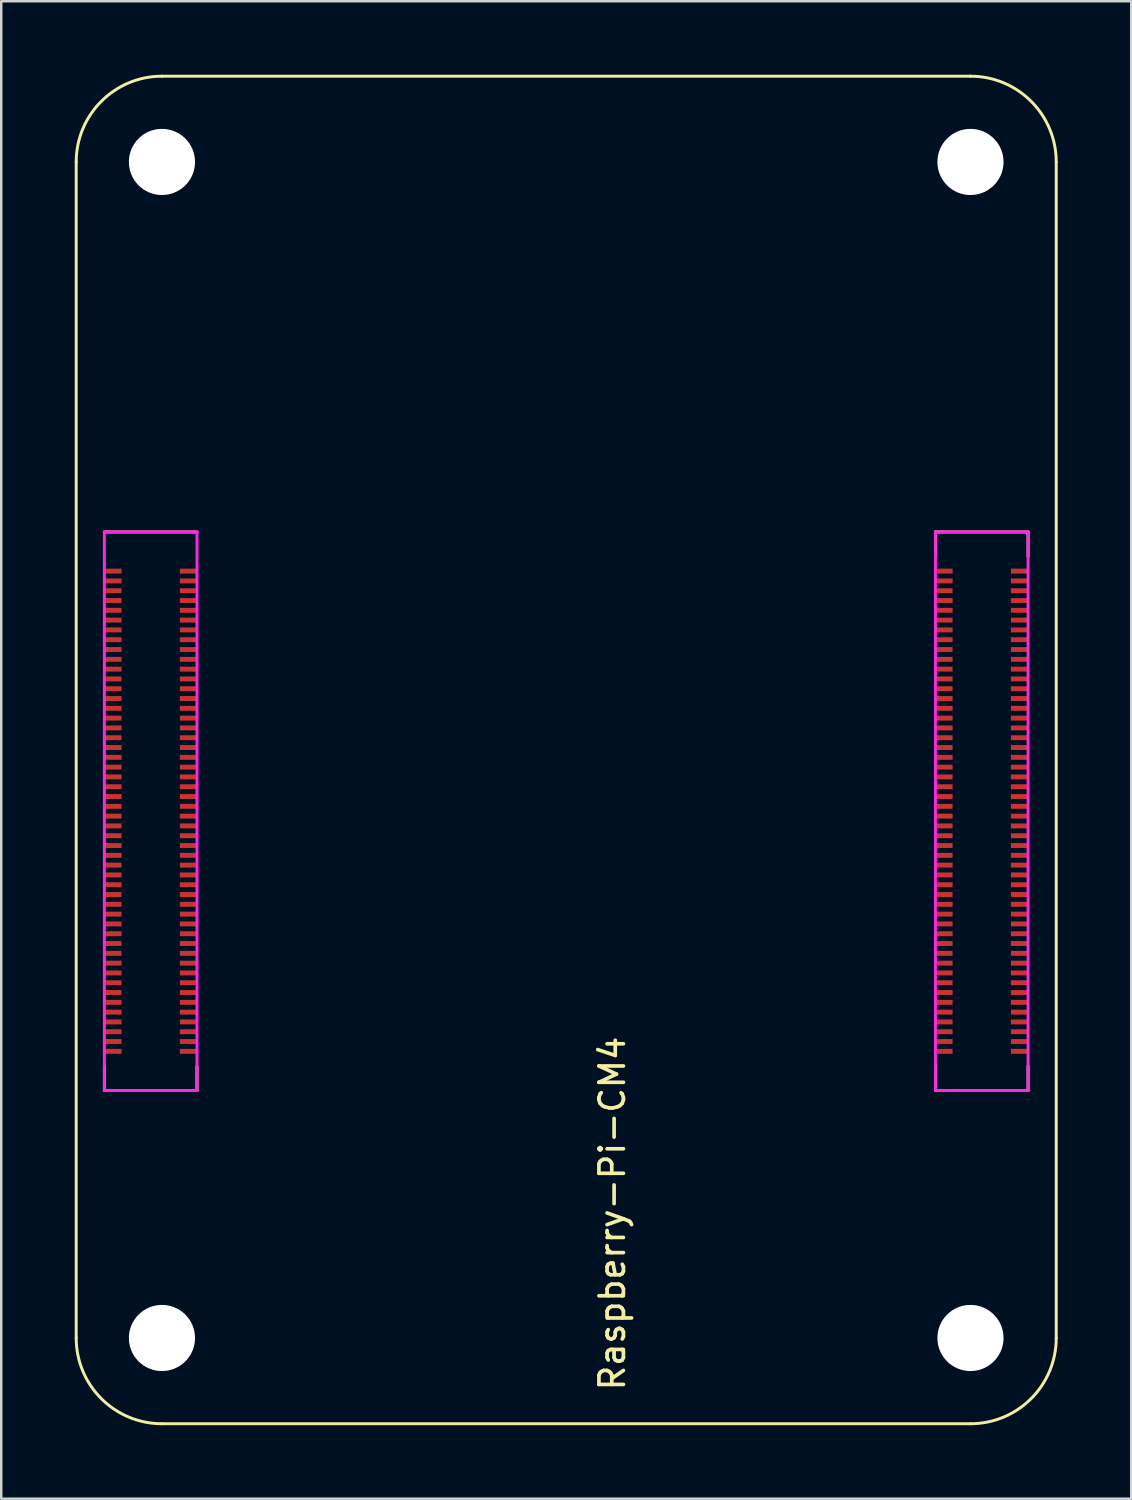
<source format=kicad_pcb>
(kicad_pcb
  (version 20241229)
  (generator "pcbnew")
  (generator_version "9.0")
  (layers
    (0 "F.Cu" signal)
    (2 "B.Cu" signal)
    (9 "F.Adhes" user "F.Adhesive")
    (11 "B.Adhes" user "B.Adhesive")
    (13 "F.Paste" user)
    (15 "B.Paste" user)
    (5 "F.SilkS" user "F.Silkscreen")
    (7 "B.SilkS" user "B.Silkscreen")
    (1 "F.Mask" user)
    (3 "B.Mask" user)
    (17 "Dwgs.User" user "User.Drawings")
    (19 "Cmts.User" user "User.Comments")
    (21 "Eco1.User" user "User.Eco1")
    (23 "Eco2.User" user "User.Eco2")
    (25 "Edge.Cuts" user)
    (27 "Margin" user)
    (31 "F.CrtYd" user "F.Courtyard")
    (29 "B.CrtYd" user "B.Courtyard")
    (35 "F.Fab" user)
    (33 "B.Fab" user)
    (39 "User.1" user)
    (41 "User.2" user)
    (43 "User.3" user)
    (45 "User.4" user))
  (footprint "Raspberry-Pi-CM4"
    (layer "F.Cu")
    (at 3.56 51.56)
    (property "Reference" "Raspberry-Pi-CM4" (at 18.38 -5.08 270) (layer "F.SilkS") (effects (font (size 1 1) (thickness 0.15))))
    (attr smd)
    (fp_line (start -3.5 -48) (end -3.5 0) (stroke (width 0.12) (type solid)) (layer "F.SilkS"))
    (fp_line (start -2.35 -32.9) (end 1.43 -32.9) (stroke (width 0.12) (type solid)) (layer "F.SilkS"))
    (fp_line (start -2.35 -10.1) (end -2.35 -11.1) (stroke (width 0.12) (type solid)) (layer "F.SilkS"))
    (fp_line (start -2.35 -10.1) (end 1.43 -10.1) (stroke (width 0.12) (type solid)) (layer "F.SilkS"))
    (fp_line (start 0 3.5) (end 33 3.5) (stroke (width 0.12) (type solid)) (layer "F.SilkS"))
    (fp_line (start 1.43 -10.1) (end 1.43 -11.1) (stroke (width 0.12) (type solid)) (layer "F.SilkS"))
    (fp_line (start 31.57 -32.9) (end 31.57 -31.9) (stroke (width 0.12) (type solid)) (layer "F.SilkS"))
    (fp_line (start 31.57 -32.9) (end 35.35 -32.9) (stroke (width 0.12) (type solid)) (layer "F.SilkS"))
    (fp_line (start 31.57 -10.1) (end 31.57 -11.1) (stroke (width 0.12) (type solid)) (layer "F.SilkS"))
    (fp_line (start 31.57 -10.1) (end 35.35 -10.1) (stroke (width 0.12) (type solid)) (layer "F.SilkS"))
    (fp_line (start 33 -51.5) (end 0 -51.5) (stroke (width 0.12) (type solid)) (layer "F.SilkS"))
    (fp_line (start 35.35 -32.9) (end 35.35 -31.9) (stroke (width 0.12) (type solid)) (layer "F.SilkS"))
    (fp_line (start 35.35 -10.1) (end 35.35 -11.1) (stroke (width 0.12) (type solid)) (layer "F.SilkS"))
    (fp_line (start 36.5 0) (end 36.5 -48) (stroke (width 0.12) (type solid)) (layer "F.SilkS"))
    (fp_arc (start -3.5 -48) (mid -2.474874 -50.474874) (end 0 -51.5) (stroke (width 0.12) (type solid)) (layer "F.SilkS"))
    (fp_arc (start 0 3.5) (mid -2.474874 2.474874) (end -3.5 0) (stroke (width 0.12) (type solid)) (layer "F.SilkS"))
    (fp_arc (start 33 -51.5) (mid 35.474874 -50.474874) (end 36.5 -48) (stroke (width 0.12) (type solid)) (layer "F.SilkS"))
    (fp_arc (start 36.5 0) (mid 35.474874 2.474874) (end 33 3.5) (stroke (width 0.12) (type solid)) (layer "F.SilkS"))
    (fp_line (start -2.35 -32.9) (end 1.43 -32.9) (stroke (width 0.12) (type solid)) (layer "F.CrtYd"))
    (fp_line (start -2.35 -10.1) (end -2.35 -32.9) (stroke (width 0.12) (type solid)) (layer "F.CrtYd"))
    (fp_line (start 1.43 -32.9) (end 1.43 -10.1) (stroke (width 0.12) (type solid)) (layer "F.CrtYd"))
    (fp_line (start 1.43 -10.1) (end -2.35 -10.1) (stroke (width 0.12) (type solid)) (layer "F.CrtYd"))
    (fp_line (start 31.57 -32.9) (end 35.35 -32.9) (stroke (width 0.12) (type solid)) (layer "F.CrtYd"))
    (fp_line (start 31.57 -10.1) (end 31.57 -32.9) (stroke (width 0.12) (type solid)) (layer "F.CrtYd"))
    (fp_line (start 35.35 -32.9) (end 35.35 -10.1) (stroke (width 0.12) (type solid)) (layer "F.CrtYd"))
    (fp_line (start 35.35 -10.1) (end 31.57 -10.1) (stroke (width 0.12) (type solid)) (layer "F.CrtYd"))
    (pad "" np_thru_hole circle (at 0 -48) (size 2.7 2.7) (drill 2.7) (layers "*.Cu" "*.Mask"))
    (pad "" np_thru_hole circle (at 0 0) (size 2.7 2.7) (drill 2.7) (layers "*.Cu" "*.Mask"))
    (pad "" np_thru_hole circle (at 33 -48) (size 2.7 2.7) (drill 2.7) (layers "*.Cu" "*.Mask"))
    (pad "" np_thru_hole circle (at 33 0) (size 2.7 2.7) (drill 2.7) (layers "*.Cu" "*.Mask"))
    (pad "1" smd rect (at -2 -31.3 270) (size 0.2 0.7) (layers "F.Cu" "F.Mask" "F.Paste"))
    (pad "2" smd rect (at 1.08 -31.3 270) (size 0.2 0.7) (layers "F.Cu" "F.Mask" "F.Paste"))
    (pad "3" smd rect (at -2 -30.9 270) (size 0.2 0.7) (layers "F.Cu" "F.Mask" "F.Paste"))
    (pad "4" smd rect (at 1.08 -30.9 270) (size 0.2 0.7) (layers "F.Cu" "F.Mask" "F.Paste"))
    (pad "5" smd rect (at -2 -30.5 270) (size 0.2 0.7) (layers "F.Cu" "F.Mask" "F.Paste"))
    (pad "6" smd rect (at 1.08 -30.5 270) (size 0.2 0.7) (layers "F.Cu" "F.Mask" "F.Paste"))
    (pad "7" smd rect (at -2 -30.1 270) (size 0.2 0.7) (layers "F.Cu" "F.Mask" "F.Paste"))
    (pad "8" smd rect (at 1.08 -30.1 270) (size 0.2 0.7) (layers "F.Cu" "F.Mask" "F.Paste"))
    (pad "9" smd rect (at -2 -29.7 270) (size 0.2 0.7) (layers "F.Cu" "F.Mask" "F.Paste"))
    (pad "10" smd rect (at 1.08 -29.7 270) (size 0.2 0.7) (layers "F.Cu" "F.Mask" "F.Paste"))
    (pad "11" smd rect (at -2 -29.3 270) (size 0.2 0.7) (layers "F.Cu" "F.Mask" "F.Paste"))
    (pad "12" smd rect (at 1.08 -29.3 270) (size 0.2 0.7) (layers "F.Cu" "F.Mask" "F.Paste"))
    (pad "13" smd rect (at -2 -28.9 270) (size 0.2 0.7) (layers "F.Cu" "F.Mask" "F.Paste"))
    (pad "14" smd rect (at 1.08 -28.9 270) (size 0.2 0.7) (layers "F.Cu" "F.Mask" "F.Paste"))
    (pad "15" smd rect (at -2 -28.5 270) (size 0.2 0.7) (layers "F.Cu" "F.Mask" "F.Paste"))
    (pad "16" smd rect (at 1.08 -28.5 270) (size 0.2 0.7) (layers "F.Cu" "F.Mask" "F.Paste"))
    (pad "17" smd rect (at -2 -28.1 270) (size 0.2 0.7) (layers "F.Cu" "F.Mask" "F.Paste"))
    (pad "18" smd rect (at 1.08 -28.1 270) (size 0.2 0.7) (layers "F.Cu" "F.Mask" "F.Paste"))
    (pad "19" smd rect (at -2 -27.7 270) (size 0.2 0.7) (layers "F.Cu" "F.Mask" "F.Paste"))
    (pad "20" smd rect (at 1.08 -27.7 270) (size 0.2 0.7) (layers "F.Cu" "F.Mask" "F.Paste"))
    (pad "21" smd rect (at -2 -27.3 270) (size 0.2 0.7) (layers "F.Cu" "F.Mask" "F.Paste"))
    (pad "22" smd rect (at 1.08 -27.3 270) (size 0.2 0.7) (layers "F.Cu" "F.Mask" "F.Paste"))
    (pad "23" smd rect (at -2 -26.9 270) (size 0.2 0.7) (layers "F.Cu" "F.Mask" "F.Paste"))
    (pad "24" smd rect (at 1.08 -26.9 270) (size 0.2 0.7) (layers "F.Cu" "F.Mask" "F.Paste"))
    (pad "25" smd rect (at -2 -26.5 270) (size 0.2 0.7) (layers "F.Cu" "F.Mask" "F.Paste"))
    (pad "26" smd rect (at 1.08 -26.5 270) (size 0.2 0.7) (layers "F.Cu" "F.Mask" "F.Paste"))
    (pad "27" smd rect (at -2 -26.1 270) (size 0.2 0.7) (layers "F.Cu" "F.Mask" "F.Paste"))
    (pad "28" smd rect (at 1.08 -26.1 270) (size 0.2 0.7) (layers "F.Cu" "F.Mask" "F.Paste"))
    (pad "29" smd rect (at -2 -25.7 270) (size 0.2 0.7) (layers "F.Cu" "F.Mask" "F.Paste"))
    (pad "30" smd rect (at 1.08 -25.7 270) (size 0.2 0.7) (layers "F.Cu" "F.Mask" "F.Paste"))
    (pad "31" smd rect (at -2 -25.3 270) (size 0.2 0.7) (layers "F.Cu" "F.Mask" "F.Paste"))
    (pad "32" smd rect (at 1.08 -25.3 270) (size 0.2 0.7) (layers "F.Cu" "F.Mask" "F.Paste"))
    (pad "33" smd rect (at -2 -24.9 270) (size 0.2 0.7) (layers "F.Cu" "F.Mask" "F.Paste"))
    (pad "34" smd rect (at 1.08 -24.9 270) (size 0.2 0.7) (layers "F.Cu" "F.Mask" "F.Paste"))
    (pad "35" smd rect (at -2 -24.5 270) (size 0.2 0.7) (layers "F.Cu" "F.Mask" "F.Paste"))
    (pad "36" smd rect (at 1.08 -24.5 270) (size 0.2 0.7) (layers "F.Cu" "F.Mask" "F.Paste"))
    (pad "37" smd rect (at -2 -24.1 270) (size 0.2 0.7) (layers "F.Cu" "F.Mask" "F.Paste"))
    (pad "38" smd rect (at 1.08 -24.1 270) (size 0.2 0.7) (layers "F.Cu" "F.Mask" "F.Paste"))
    (pad "39" smd rect (at -2 -23.7 270) (size 0.2 0.7) (layers "F.Cu" "F.Mask" "F.Paste"))
    (pad "40" smd rect (at 1.08 -23.7 270) (size 0.2 0.7) (layers "F.Cu" "F.Mask" "F.Paste"))
    (pad "41" smd rect (at -2 -23.3 270) (size 0.2 0.7) (layers "F.Cu" "F.Mask" "F.Paste"))
    (pad "42" smd rect (at 1.08 -23.3 270) (size 0.2 0.7) (layers "F.Cu" "F.Mask" "F.Paste"))
    (pad "43" smd rect (at -2 -22.9 270) (size 0.2 0.7) (layers "F.Cu" "F.Mask" "F.Paste"))
    (pad "44" smd rect (at 1.08 -22.9 270) (size 0.2 0.7) (layers "F.Cu" "F.Mask" "F.Paste"))
    (pad "45" smd rect (at -2 -22.5 270) (size 0.2 0.7) (layers "F.Cu" "F.Mask" "F.Paste"))
    (pad "46" smd rect (at 1.08 -22.5 270) (size 0.2 0.7) (layers "F.Cu" "F.Mask" "F.Paste"))
    (pad "47" smd rect (at -2 -22.1 270) (size 0.2 0.7) (layers "F.Cu" "F.Mask" "F.Paste"))
    (pad "48" smd rect (at 1.08 -22.1 270) (size 0.2 0.7) (layers "F.Cu" "F.Mask" "F.Paste"))
    (pad "49" smd rect (at -2 -21.7 270) (size 0.2 0.7) (layers "F.Cu" "F.Mask" "F.Paste"))
    (pad "50" smd rect (at 1.08 -21.7 270) (size 0.2 0.7) (layers "F.Cu" "F.Mask" "F.Paste"))
    (pad "51" smd rect (at -2 -21.3 270) (size 0.2 0.7) (layers "F.Cu" "F.Mask" "F.Paste"))
    (pad "52" smd rect (at 1.08 -21.3 270) (size 0.2 0.7) (layers "F.Cu" "F.Mask" "F.Paste"))
    (pad "53" smd rect (at -2 -20.9 270) (size 0.2 0.7) (layers "F.Cu" "F.Mask" "F.Paste"))
    (pad "54" smd rect (at 1.08 -20.9 270) (size 0.2 0.7) (layers "F.Cu" "F.Mask" "F.Paste"))
    (pad "55" smd rect (at -2 -20.5 270) (size 0.2 0.7) (layers "F.Cu" "F.Mask" "F.Paste"))
    (pad "56" smd rect (at 1.08 -20.5 270) (size 0.2 0.7) (layers "F.Cu" "F.Mask" "F.Paste"))
    (pad "57" smd rect (at -2 -20.1 270) (size 0.2 0.7) (layers "F.Cu" "F.Mask" "F.Paste"))
    (pad "58" smd rect (at 1.08 -20.1 270) (size 0.2 0.7) (layers "F.Cu" "F.Mask" "F.Paste"))
    (pad "59" smd rect (at -2 -19.7 270) (size 0.2 0.7) (layers "F.Cu" "F.Mask" "F.Paste"))
    (pad "60" smd rect (at 1.08 -19.7 270) (size 0.2 0.7) (layers "F.Cu" "F.Mask" "F.Paste"))
    (pad "61" smd rect (at -2 -19.3 270) (size 0.2 0.7) (layers "F.Cu" "F.Mask" "F.Paste"))
    (pad "62" smd rect (at 1.08 -19.3 270) (size 0.2 0.7) (layers "F.Cu" "F.Mask" "F.Paste"))
    (pad "63" smd rect (at -2 -18.9 270) (size 0.2 0.7) (layers "F.Cu" "F.Mask" "F.Paste"))
    (pad "64" smd rect (at 1.08 -18.9 270) (size 0.2 0.7) (layers "F.Cu" "F.Mask" "F.Paste"))
    (pad "65" smd rect (at -2 -18.5 270) (size 0.2 0.7) (layers "F.Cu" "F.Mask" "F.Paste"))
    (pad "66" smd rect (at 1.08 -18.5 270) (size 0.2 0.7) (layers "F.Cu" "F.Mask" "F.Paste"))
    (pad "67" smd rect (at -2 -18.1 270) (size 0.2 0.7) (layers "F.Cu" "F.Mask" "F.Paste"))
    (pad "68" smd rect (at 1.08 -18.1 270) (size 0.2 0.7) (layers "F.Cu" "F.Mask" "F.Paste"))
    (pad "69" smd rect (at -2 -17.7 270) (size 0.2 0.7) (layers "F.Cu" "F.Mask" "F.Paste"))
    (pad "70" smd rect (at 1.08 -17.7 270) (size 0.2 0.7) (layers "F.Cu" "F.Mask" "F.Paste"))
    (pad "71" smd rect (at -2 -17.3 270) (size 0.2 0.7) (layers "F.Cu" "F.Mask" "F.Paste"))
    (pad "72" smd rect (at 1.08 -17.3 270) (size 0.2 0.7) (layers "F.Cu" "F.Mask" "F.Paste"))
    (pad "73" smd rect (at -2 -16.9 270) (size 0.2 0.7) (layers "F.Cu" "F.Mask" "F.Paste"))
    (pad "74" smd rect (at 1.08 -16.9 270) (size 0.2 0.7) (layers "F.Cu" "F.Mask" "F.Paste"))
    (pad "75" smd rect (at -2 -16.5 270) (size 0.2 0.7) (layers "F.Cu" "F.Mask" "F.Paste"))
    (pad "76" smd rect (at 1.08 -16.5 270) (size 0.2 0.7) (layers "F.Cu" "F.Mask" "F.Paste"))
    (pad "77" smd rect (at -2 -16.1 270) (size 0.2 0.7) (layers "F.Cu" "F.Mask" "F.Paste"))
    (pad "78" smd rect (at 1.08 -16.1 270) (size 0.2 0.7) (layers "F.Cu" "F.Mask" "F.Paste"))
    (pad "79" smd rect (at -2 -15.7 270) (size 0.2 0.7) (layers "F.Cu" "F.Mask" "F.Paste"))
    (pad "80" smd rect (at 1.08 -15.7 270) (size 0.2 0.7) (layers "F.Cu" "F.Mask" "F.Paste"))
    (pad "81" smd rect (at -2 -15.3 270) (size 0.2 0.7) (layers "F.Cu" "F.Mask" "F.Paste"))
    (pad "82" smd rect (at 1.08 -15.3 270) (size 0.2 0.7) (layers "F.Cu" "F.Mask" "F.Paste"))
    (pad "83" smd rect (at -2 -14.9 270) (size 0.2 0.7) (layers "F.Cu" "F.Mask" "F.Paste"))
    (pad "84" smd rect (at 1.08 -14.9 270) (size 0.2 0.7) (layers "F.Cu" "F.Mask" "F.Paste"))
    (pad "85" smd rect (at -2 -14.5 270) (size 0.2 0.7) (layers "F.Cu" "F.Mask" "F.Paste"))
    (pad "86" smd rect (at 1.08 -14.5 270) (size 0.2 0.7) (layers "F.Cu" "F.Mask" "F.Paste"))
    (pad "87" smd rect (at -2 -14.1 270) (size 0.2 0.7) (layers "F.Cu" "F.Mask" "F.Paste"))
    (pad "88" smd rect (at 1.08 -14.1 270) (size 0.2 0.7) (layers "F.Cu" "F.Mask" "F.Paste"))
    (pad "89" smd rect (at -2 -13.7 270) (size 0.2 0.7) (layers "F.Cu" "F.Mask" "F.Paste"))
    (pad "90" smd rect (at 1.08 -13.7 270) (size 0.2 0.7) (layers "F.Cu" "F.Mask" "F.Paste"))
    (pad "91" smd rect (at -2 -13.3 270) (size 0.2 0.7) (layers "F.Cu" "F.Mask" "F.Paste"))
    (pad "92" smd rect (at 1.08 -13.3 270) (size 0.2 0.7) (layers "F.Cu" "F.Mask" "F.Paste"))
    (pad "93" smd rect (at -2 -12.9 270) (size 0.2 0.7) (layers "F.Cu" "F.Mask" "F.Paste"))
    (pad "94" smd rect (at 1.08 -12.9 270) (size 0.2 0.7) (layers "F.Cu" "F.Mask" "F.Paste"))
    (pad "95" smd rect (at -2 -12.5 270) (size 0.2 0.7) (layers "F.Cu" "F.Mask" "F.Paste"))
    (pad "96" smd rect (at 1.08 -12.5 270) (size 0.2 0.7) (layers "F.Cu" "F.Mask" "F.Paste"))
    (pad "97" smd rect (at -2 -12.1 270) (size 0.2 0.7) (layers "F.Cu" "F.Mask" "F.Paste"))
    (pad "98" smd rect (at 1.08 -12.1 270) (size 0.2 0.7) (layers "F.Cu" "F.Mask" "F.Paste"))
    (pad "99" smd rect (at -2 -11.7 270) (size 0.2 0.7) (layers "F.Cu" "F.Mask" "F.Paste"))
    (pad "100" smd rect (at 1.08 -11.7 270) (size 0.2 0.7) (layers "F.Cu" "F.Mask" "F.Paste"))
    (pad "101" smd rect (at 31.92 -31.3 270) (size 0.2 0.7) (layers "F.Cu" "F.Mask" "F.Paste"))
    (pad "102" smd rect (at 35 -31.3 270) (size 0.2 0.7) (layers "F.Cu" "F.Mask" "F.Paste"))
    (pad "103" smd rect (at 31.92 -30.9 270) (size 0.2 0.7) (layers "F.Cu" "F.Mask" "F.Paste"))
    (pad "104" smd rect (at 35 -30.9 270) (size 0.2 0.7) (layers "F.Cu" "F.Mask" "F.Paste"))
    (pad "105" smd rect (at 31.92 -30.5 270) (size 0.2 0.7) (layers "F.Cu" "F.Mask" "F.Paste"))
    (pad "106" smd rect (at 35 -30.5 270) (size 0.2 0.7) (layers "F.Cu" "F.Mask" "F.Paste"))
    (pad "107" smd rect (at 31.92 -30.1 270) (size 0.2 0.7) (layers "F.Cu" "F.Mask" "F.Paste"))
    (pad "108" smd rect (at 35 -30.1 270) (size 0.2 0.7) (layers "F.Cu" "F.Mask" "F.Paste"))
    (pad "109" smd rect (at 31.92 -29.7 270) (size 0.2 0.7) (layers "F.Cu" "F.Mask" "F.Paste"))
    (pad "110" smd rect (at 35 -29.7 270) (size 0.2 0.7) (layers "F.Cu" "F.Mask" "F.Paste"))
    (pad "111" smd rect (at 31.92 -29.3 270) (size 0.2 0.7) (layers "F.Cu" "F.Mask" "F.Paste"))
    (pad "112" smd rect (at 35 -29.3 270) (size 0.2 0.7) (layers "F.Cu" "F.Mask" "F.Paste"))
    (pad "113" smd rect (at 31.92 -28.9 270) (size 0.2 0.7) (layers "F.Cu" "F.Mask" "F.Paste"))
    (pad "114" smd rect (at 35 -28.9 270) (size 0.2 0.7) (layers "F.Cu" "F.Mask" "F.Paste"))
    (pad "115" smd rect (at 31.92 -28.5 270) (size 0.2 0.7) (layers "F.Cu" "F.Mask" "F.Paste"))
    (pad "116" smd rect (at 35 -28.5 270) (size 0.2 0.7) (layers "F.Cu" "F.Mask" "F.Paste"))
    (pad "117" smd rect (at 31.92 -28.1 270) (size 0.2 0.7) (layers "F.Cu" "F.Mask" "F.Paste"))
    (pad "118" smd rect (at 35 -28.1 270) (size 0.2 0.7) (layers "F.Cu" "F.Mask" "F.Paste"))
    (pad "119" smd rect (at 31.92 -27.7 270) (size 0.2 0.7) (layers "F.Cu" "F.Mask" "F.Paste"))
    (pad "120" smd rect (at 35 -27.7 270) (size 0.2 0.7) (layers "F.Cu" "F.Mask" "F.Paste"))
    (pad "121" smd rect (at 31.92 -27.3 270) (size 0.2 0.7) (layers "F.Cu" "F.Mask" "F.Paste"))
    (pad "122" smd rect (at 35 -27.3 270) (size 0.2 0.7) (layers "F.Cu" "F.Mask" "F.Paste"))
    (pad "123" smd rect (at 31.92 -26.9 270) (size 0.2 0.7) (layers "F.Cu" "F.Mask" "F.Paste"))
    (pad "124" smd rect (at 35 -26.9 270) (size 0.2 0.7) (layers "F.Cu" "F.Mask" "F.Paste"))
    (pad "125" smd rect (at 31.92 -26.5 270) (size 0.2 0.7) (layers "F.Cu" "F.Mask" "F.Paste"))
    (pad "126" smd rect (at 35 -26.5 270) (size 0.2 0.7) (layers "F.Cu" "F.Mask" "F.Paste"))
    (pad "127" smd rect (at 31.92 -26.1 270) (size 0.2 0.7) (layers "F.Cu" "F.Mask" "F.Paste"))
    (pad "128" smd rect (at 35 -26.1 270) (size 0.2 0.7) (layers "F.Cu" "F.Mask" "F.Paste"))
    (pad "129" smd rect (at 31.92 -25.7 270) (size 0.2 0.7) (layers "F.Cu" "F.Mask" "F.Paste"))
    (pad "130" smd rect (at 35 -25.7 270) (size 0.2 0.7) (layers "F.Cu" "F.Mask" "F.Paste"))
    (pad "131" smd rect (at 31.92 -25.3 270) (size 0.2 0.7) (layers "F.Cu" "F.Mask" "F.Paste"))
    (pad "132" smd rect (at 35 -25.3 270) (size 0.2 0.7) (layers "F.Cu" "F.Mask" "F.Paste"))
    (pad "133" smd rect (at 31.92 -24.9 270) (size 0.2 0.7) (layers "F.Cu" "F.Mask" "F.Paste"))
    (pad "134" smd rect (at 35 -24.9 270) (size 0.2 0.7) (layers "F.Cu" "F.Mask" "F.Paste"))
    (pad "135" smd rect (at 31.92 -24.5 270) (size 0.2 0.7) (layers "F.Cu" "F.Mask" "F.Paste"))
    (pad "136" smd rect (at 35 -24.5 270) (size 0.2 0.7) (layers "F.Cu" "F.Mask" "F.Paste"))
    (pad "137" smd rect (at 31.92 -24.1 270) (size 0.2 0.7) (layers "F.Cu" "F.Mask" "F.Paste"))
    (pad "138" smd rect (at 35 -24.1 270) (size 0.2 0.7) (layers "F.Cu" "F.Mask" "F.Paste"))
    (pad "139" smd rect (at 31.92 -23.7 270) (size 0.2 0.7) (layers "F.Cu" "F.Mask" "F.Paste"))
    (pad "140" smd rect (at 35 -23.7 270) (size 0.2 0.7) (layers "F.Cu" "F.Mask" "F.Paste"))
    (pad "141" smd rect (at 31.92 -23.3 270) (size 0.2 0.7) (layers "F.Cu" "F.Mask" "F.Paste"))
    (pad "142" smd rect (at 35 -23.3 270) (size 0.2 0.7) (layers "F.Cu" "F.Mask" "F.Paste"))
    (pad "143" smd rect (at 31.92 -22.9 270) (size 0.2 0.7) (layers "F.Cu" "F.Mask" "F.Paste"))
    (pad "144" smd rect (at 35 -22.9 270) (size 0.2 0.7) (layers "F.Cu" "F.Mask" "F.Paste"))
    (pad "145" smd rect (at 31.92 -22.5 270) (size 0.2 0.7) (layers "F.Cu" "F.Mask" "F.Paste"))
    (pad "146" smd rect (at 35 -22.5 270) (size 0.2 0.7) (layers "F.Cu" "F.Mask" "F.Paste"))
    (pad "147" smd rect (at 31.92 -22.1 270) (size 0.2 0.7) (layers "F.Cu" "F.Mask" "F.Paste"))
    (pad "148" smd rect (at 35 -22.1 270) (size 0.2 0.7) (layers "F.Cu" "F.Mask" "F.Paste"))
    (pad "149" smd rect (at 31.92 -21.7 270) (size 0.2 0.7) (layers "F.Cu" "F.Mask" "F.Paste"))
    (pad "150" smd rect (at 35 -21.7 270) (size 0.2 0.7) (layers "F.Cu" "F.Mask" "F.Paste"))
    (pad "151" smd rect (at 31.92 -21.3 270) (size 0.2 0.7) (layers "F.Cu" "F.Mask" "F.Paste"))
    (pad "152" smd rect (at 35 -21.3 270) (size 0.2 0.7) (layers "F.Cu" "F.Mask" "F.Paste"))
    (pad "153" smd rect (at 31.92 -20.9 270) (size 0.2 0.7) (layers "F.Cu" "F.Mask" "F.Paste"))
    (pad "154" smd rect (at 35 -20.9 270) (size 0.2 0.7) (layers "F.Cu" "F.Mask" "F.Paste"))
    (pad "155" smd rect (at 31.92 -20.5 270) (size 0.2 0.7) (layers "F.Cu" "F.Mask" "F.Paste"))
    (pad "156" smd rect (at 35 -20.5 270) (size 0.2 0.7) (layers "F.Cu" "F.Mask" "F.Paste"))
    (pad "157" smd rect (at 31.92 -20.1 270) (size 0.2 0.7) (layers "F.Cu" "F.Mask" "F.Paste"))
    (pad "158" smd rect (at 35 -20.1 270) (size 0.2 0.7) (layers "F.Cu" "F.Mask" "F.Paste"))
    (pad "159" smd rect (at 31.92 -19.7 270) (size 0.2 0.7) (layers "F.Cu" "F.Mask" "F.Paste"))
    (pad "160" smd rect (at 35 -19.7 270) (size 0.2 0.7) (layers "F.Cu" "F.Mask" "F.Paste"))
    (pad "161" smd rect (at 31.92 -19.3 270) (size 0.2 0.7) (layers "F.Cu" "F.Mask" "F.Paste"))
    (pad "162" smd rect (at 35 -19.3 270) (size 0.2 0.7) (layers "F.Cu" "F.Mask" "F.Paste"))
    (pad "163" smd rect (at 31.92 -18.9 270) (size 0.2 0.7) (layers "F.Cu" "F.Mask" "F.Paste"))
    (pad "164" smd rect (at 35 -18.9 270) (size 0.2 0.7) (layers "F.Cu" "F.Mask" "F.Paste"))
    (pad "165" smd rect (at 31.92 -18.5 270) (size 0.2 0.7) (layers "F.Cu" "F.Mask" "F.Paste"))
    (pad "166" smd rect (at 35 -18.5 270) (size 0.2 0.7) (layers "F.Cu" "F.Mask" "F.Paste"))
    (pad "167" smd rect (at 31.92 -18.1 270) (size 0.2 0.7) (layers "F.Cu" "F.Mask" "F.Paste"))
    (pad "168" smd rect (at 35 -18.1 270) (size 0.2 0.7) (layers "F.Cu" "F.Mask" "F.Paste"))
    (pad "169" smd rect (at 31.92 -17.7 270) (size 0.2 0.7) (layers "F.Cu" "F.Mask" "F.Paste"))
    (pad "170" smd rect (at 35 -17.7 270) (size 0.2 0.7) (layers "F.Cu" "F.Mask" "F.Paste"))
    (pad "171" smd rect (at 31.92 -17.3 270) (size 0.2 0.7) (layers "F.Cu" "F.Mask" "F.Paste"))
    (pad "172" smd rect (at 35 -17.3 270) (size 0.2 0.7) (layers "F.Cu" "F.Mask" "F.Paste"))
    (pad "173" smd rect (at 31.92 -16.9 270) (size 0.2 0.7) (layers "F.Cu" "F.Mask" "F.Paste"))
    (pad "174" smd rect (at 35 -16.9 270) (size 0.2 0.7) (layers "F.Cu" "F.Mask" "F.Paste"))
    (pad "175" smd rect (at 31.92 -16.5 270) (size 0.2 0.7) (layers "F.Cu" "F.Mask" "F.Paste"))
    (pad "176" smd rect (at 35 -16.5 270) (size 0.2 0.7) (layers "F.Cu" "F.Mask" "F.Paste"))
    (pad "177" smd rect (at 31.92 -16.1 270) (size 0.2 0.7) (layers "F.Cu" "F.Mask" "F.Paste"))
    (pad "178" smd rect (at 35 -16.1 270) (size 0.2 0.7) (layers "F.Cu" "F.Mask" "F.Paste"))
    (pad "179" smd rect (at 31.92 -15.7 270) (size 0.2 0.7) (layers "F.Cu" "F.Mask" "F.Paste"))
    (pad "180" smd rect (at 35 -15.7 270) (size 0.2 0.7) (layers "F.Cu" "F.Mask" "F.Paste"))
    (pad "181" smd rect (at 31.92 -15.3 270) (size 0.2 0.7) (layers "F.Cu" "F.Mask" "F.Paste"))
    (pad "182" smd rect (at 35 -15.3 270) (size 0.2 0.7) (layers "F.Cu" "F.Mask" "F.Paste"))
    (pad "183" smd rect (at 31.92 -14.9 270) (size 0.2 0.7) (layers "F.Cu" "F.Mask" "F.Paste"))
    (pad "184" smd rect (at 35 -14.9 270) (size 0.2 0.7) (layers "F.Cu" "F.Mask" "F.Paste"))
    (pad "185" smd rect (at 31.92 -14.5 270) (size 0.2 0.7) (layers "F.Cu" "F.Mask" "F.Paste"))
    (pad "186" smd rect (at 35 -14.5 270) (size 0.2 0.7) (layers "F.Cu" "F.Mask" "F.Paste"))
    (pad "187" smd rect (at 31.92 -14.1 270) (size 0.2 0.7) (layers "F.Cu" "F.Mask" "F.Paste"))
    (pad "188" smd rect (at 35 -14.1 270) (size 0.2 0.7) (layers "F.Cu" "F.Mask" "F.Paste"))
    (pad "189" smd rect (at 31.92 -13.7 270) (size 0.2 0.7) (layers "F.Cu" "F.Mask" "F.Paste"))
    (pad "190" smd rect (at 35 -13.7 270) (size 0.2 0.7) (layers "F.Cu" "F.Mask" "F.Paste"))
    (pad "191" smd rect (at 31.92 -13.3 270) (size 0.2 0.7) (layers "F.Cu" "F.Mask" "F.Paste"))
    (pad "192" smd rect (at 35 -13.3 270) (size 0.2 0.7) (layers "F.Cu" "F.Mask" "F.Paste"))
    (pad "193" smd rect (at 31.92 -12.9 270) (size 0.2 0.7) (layers "F.Cu" "F.Mask" "F.Paste"))
    (pad "194" smd rect (at 35 -12.9 270) (size 0.2 0.7) (layers "F.Cu" "F.Mask" "F.Paste"))
    (pad "195" smd rect (at 31.92 -12.5 270) (size 0.2 0.7) (layers "F.Cu" "F.Mask" "F.Paste"))
    (pad "196" smd rect (at 35 -12.5 270) (size 0.2 0.7) (layers "F.Cu" "F.Mask" "F.Paste"))
    (pad "197" smd rect (at 31.92 -12.1 270) (size 0.2 0.7) (layers "F.Cu" "F.Mask" "F.Paste"))
    (pad "198" smd rect (at 35 -12.1 270) (size 0.2 0.7) (layers "F.Cu" "F.Mask" "F.Paste"))
    (pad "199" smd rect (at 31.92 -11.7 270) (size 0.2 0.7) (layers "F.Cu" "F.Mask" "F.Paste"))
    (pad "200" smd rect (at 35 -11.7 270) (size 0.2 0.7) (layers "F.Cu" "F.Mask" "F.Paste")))
  (gr_rect
    (start -3 -3)
    (end 43.12 58.12)
    (stroke (width 0.1) (type default))
    (fill no)
    (layer "Edge.Cuts")))
</source>
